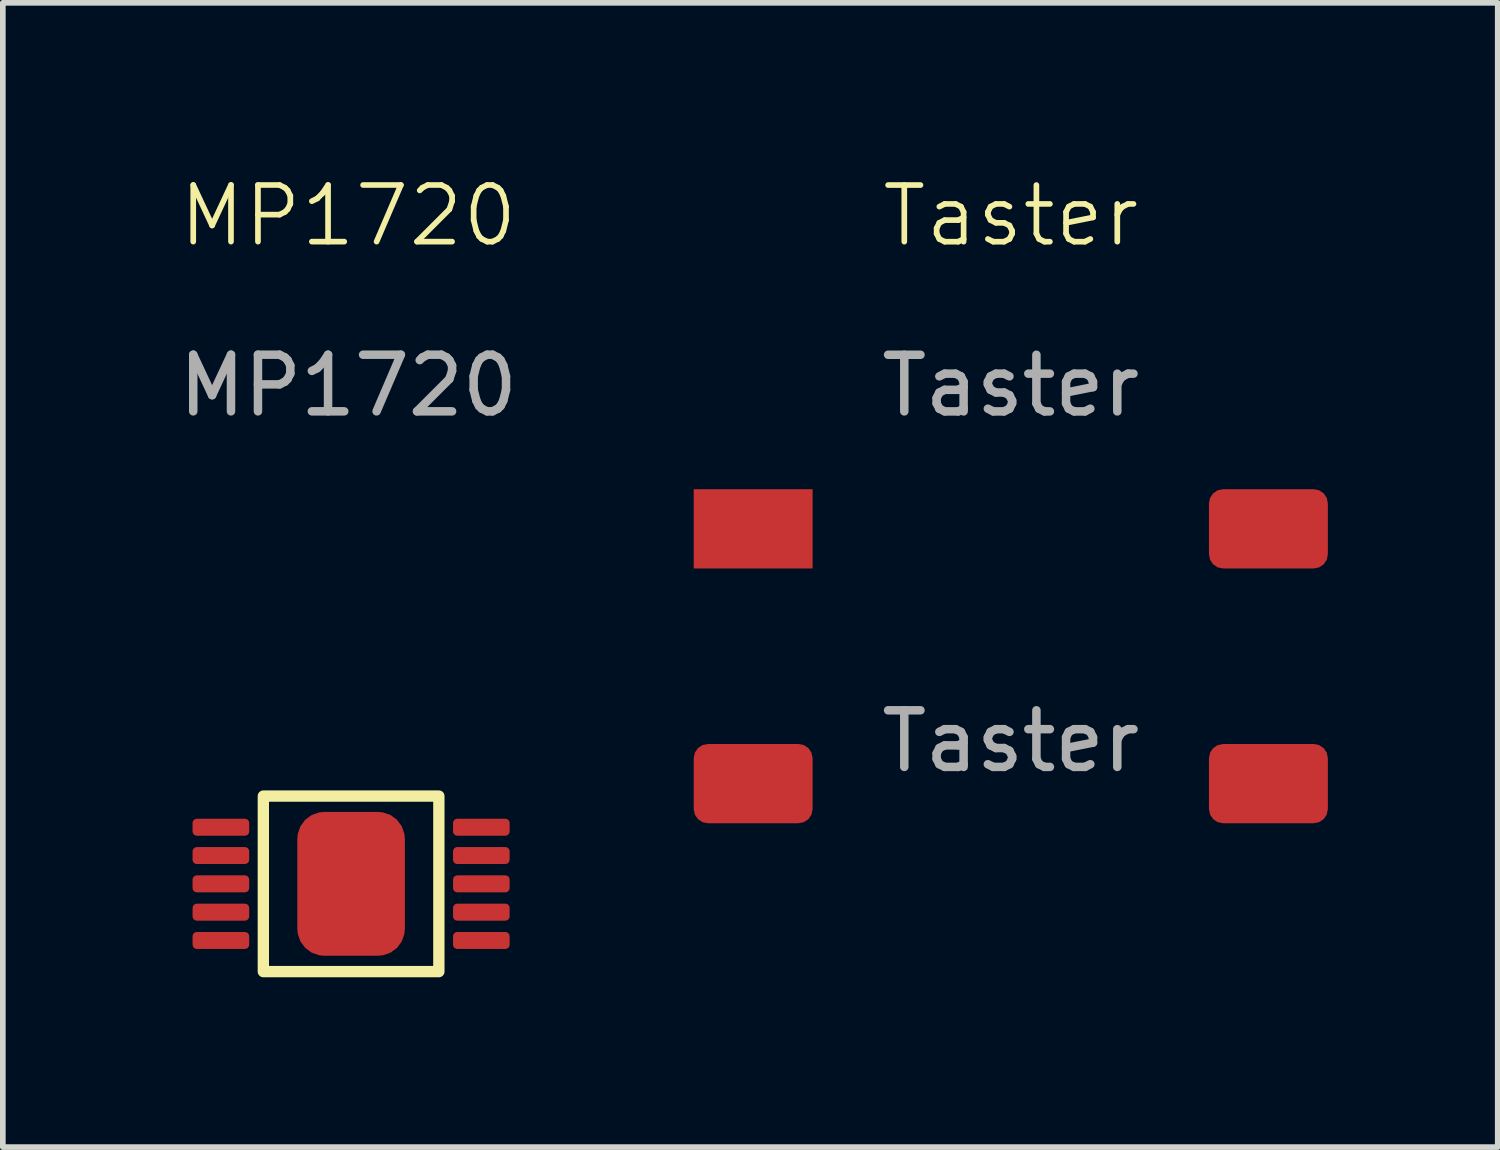
<source format=kicad_pcb>
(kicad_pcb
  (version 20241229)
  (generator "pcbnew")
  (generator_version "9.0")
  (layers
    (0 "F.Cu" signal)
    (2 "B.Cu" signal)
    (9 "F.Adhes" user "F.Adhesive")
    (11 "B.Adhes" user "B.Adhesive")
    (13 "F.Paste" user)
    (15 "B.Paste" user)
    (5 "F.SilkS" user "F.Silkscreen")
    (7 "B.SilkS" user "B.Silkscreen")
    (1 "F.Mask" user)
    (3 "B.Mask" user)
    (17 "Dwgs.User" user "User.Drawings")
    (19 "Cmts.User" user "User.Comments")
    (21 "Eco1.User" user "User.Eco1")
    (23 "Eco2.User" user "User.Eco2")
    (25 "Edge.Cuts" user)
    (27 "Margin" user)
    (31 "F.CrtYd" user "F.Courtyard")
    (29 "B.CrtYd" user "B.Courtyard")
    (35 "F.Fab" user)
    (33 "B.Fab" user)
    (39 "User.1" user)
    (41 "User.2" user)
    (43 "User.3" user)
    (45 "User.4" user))
  (footprint "MP1720"
    (layer "F.Cu")
    (at 3.151 12.56)
    (property "Reference" "MP1720" (at -0.05 -11.8 0) (unlocked yes) (layer "F.SilkS") (effects (font (size 1 1) (thickness 0.1))))
    (attr smd)
    (fp_rect (start -1.55 -1.55) (end 1.55 1.55) (stroke (width 0.2) (type default)) (fill no) (layer "F.SilkS"))
    (fp_text user "${REFERENCE}" (at -0.05 -8.8 0) (unlocked yes) (layer "F.Fab") (effects (font (size 1 1) (thickness 0.15))))
    (pad "1" smd roundrect (at -2.3 -1 90) (size 0.3 1) (layers "F.Cu" "F.Mask" "F.Paste") (roundrect_rratio 0.25))
    (pad "2" smd roundrect (at -2.3 -0.5 90) (size 0.3 1) (layers "F.Cu" "F.Mask" "F.Paste") (roundrect_rratio 0.25))
    (pad "3" smd roundrect (at -2.3 0 90) (size 0.3 1) (layers "F.Cu" "F.Mask" "F.Paste") (roundrect_rratio 0.25))
    (pad "4" smd roundrect (at -2.3 0.5 90) (size 0.3 1) (layers "F.Cu" "F.Mask" "F.Paste") (roundrect_rratio 0.25))
    (pad "5" smd roundrect (at -2.3 1 90) (size 0.3 1) (layers "F.Cu" "F.Mask" "F.Paste") (roundrect_rratio 0.25))
    (pad "6" smd roundrect (at 2.3 1 90) (size 0.3 1) (layers "F.Cu" "F.Mask" "F.Paste") (roundrect_rratio 0.25))
    (pad "7" smd roundrect (at 2.3 0.5 90) (size 0.3 1) (layers "F.Cu" "F.Mask" "F.Paste") (roundrect_rratio 0.25))
    (pad "8" smd roundrect (at 2.3 0 90) (size 0.3 1) (layers "F.Cu" "F.Mask" "F.Paste") (roundrect_rratio 0.25))
    (pad "9" smd roundrect (at 2.3 -0.5 90) (size 0.3 1) (layers "F.Cu" "F.Mask" "F.Paste") (roundrect_rratio 0.25))
    (pad "10" smd roundrect (at 2.3 -1 90) (size 0.3 1) (layers "F.Cu" "F.Mask" "F.Paste") (roundrect_rratio 0.25))
    (pad "11" smd roundrect (at 0 0 90) (size 2.54 1.9) (layers "F.Cu" "F.Mask" "F.Paste") (roundrect_rratio 0.25)))
  (footprint "Taster"
    (layer "F.Cu")
    (at 14.802 8.661)
    (property "Reference" "Taster" (at 0 -7.9 0) (unlocked yes) (layer "F.SilkS") (effects (font (size 1 1) (thickness 0.1))))
    (attr smd)
    (fp_rect (start -3 -3.121) (end 3 2.879) (stroke (width 0.2) (type default)) (fill no) (layer "User.9"))
    (fp_circle (center 0 -0.121) (end 1.471 -0.121) (stroke (width 0.2) (type default)) (fill no) (layer "User.9"))
    (fp_text user "${REFERENCE}" (at 0 1.379 0) (unlocked yes) (layer "F.Fab") (effects (font (size 1 1) (thickness 0.15))))
    (fp_text user "${REFERENCE}" (at 0 -4.9 0) (unlocked yes) (layer "F.Fab") (effects (font (size 1 1) (thickness 0.15))))
    (pad "1" smd rect (at -4.55 -2.371) (size 2.1 1.4) (layers "F.Cu" "F.Mask" "F.Paste"))
    (pad "2" smd roundrect (at -4.55 2.129) (size 2.1 1.4) (layers "F.Cu" "F.Mask" "F.Paste") (roundrect_rratio 0.179))
    (pad "3" smd roundrect (at 4.55 2.129) (size 2.1 1.4) (layers "F.Cu" "F.Mask" "F.Paste") (roundrect_rratio 0.179))
    (pad "4" smd roundrect (at 4.55 -2.371) (size 2.1 1.4) (layers "F.Cu" "F.Mask" "F.Paste") (roundrect_rratio 0.179)))
  (gr_rect
    (start -3 -3)
    (end 23.402 17.21)
    (stroke (width 0.1) (type default))
    (fill no)
    (layer "Edge.Cuts")))
</source>
